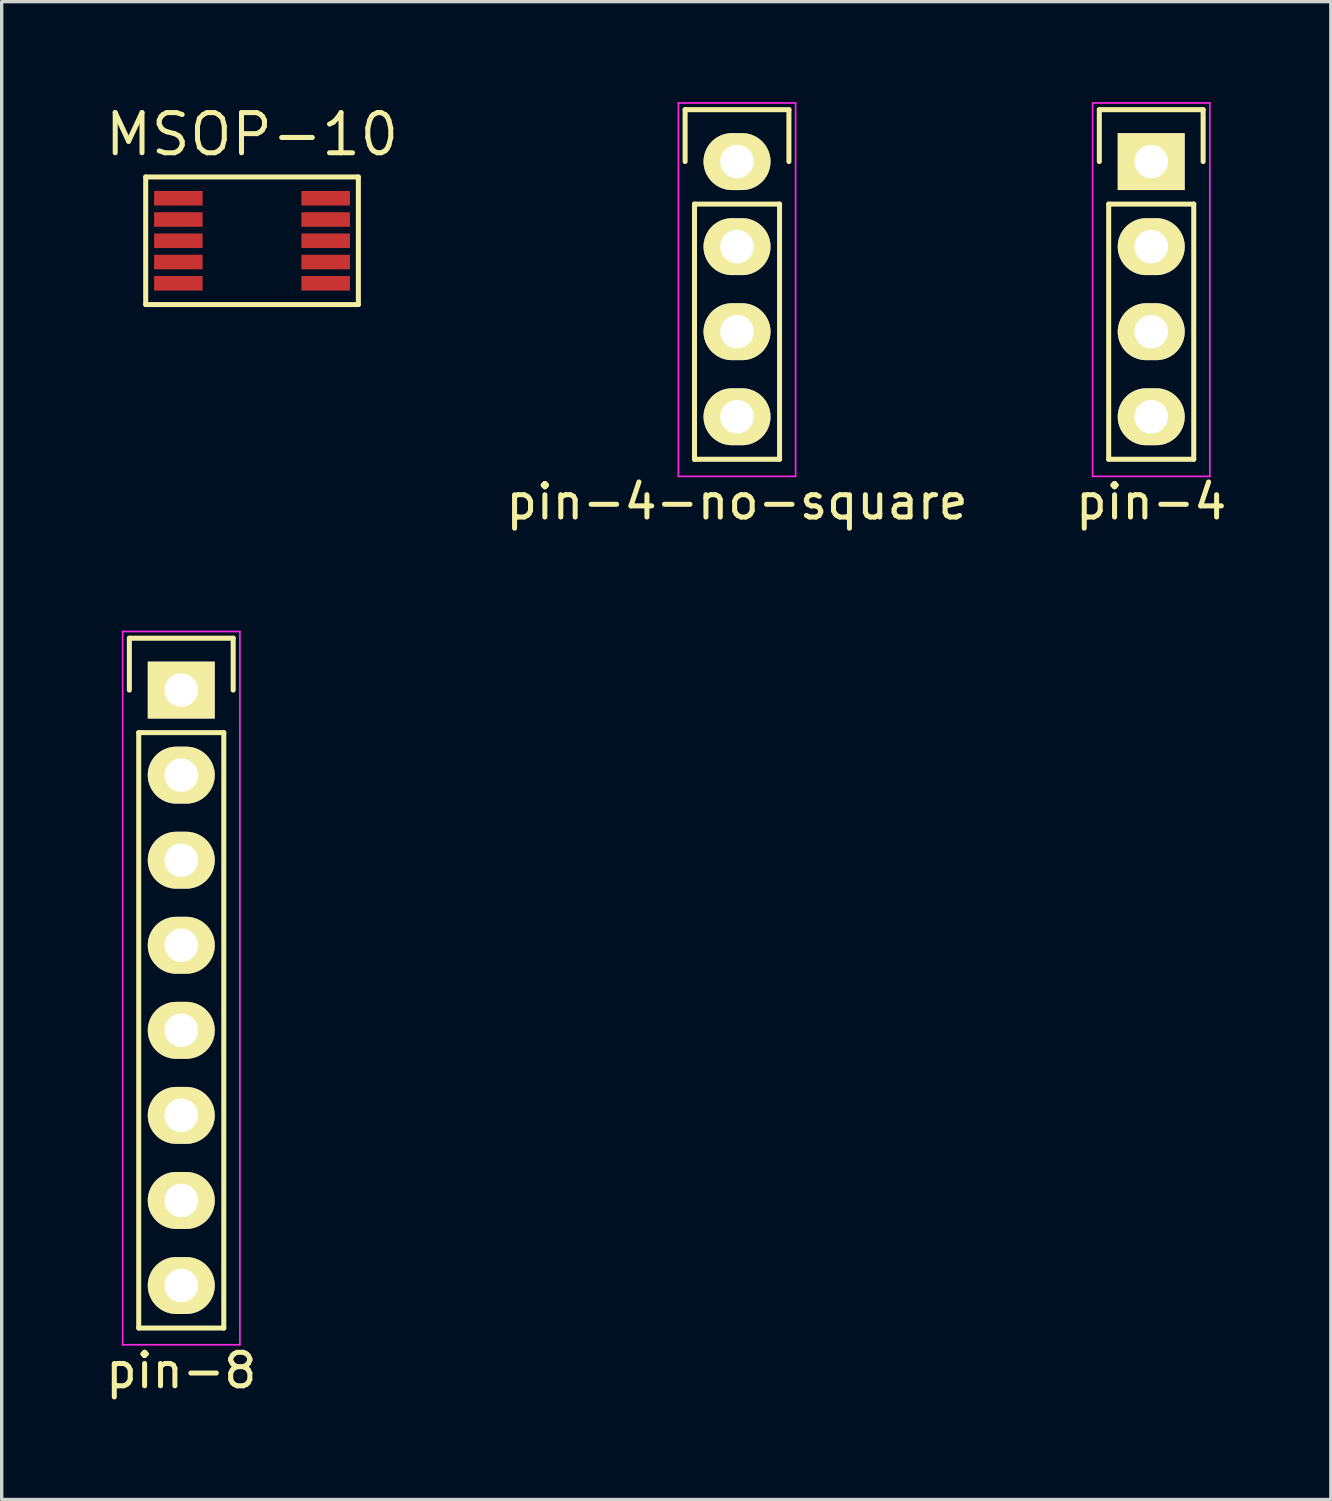
<source format=kicad_pcb>
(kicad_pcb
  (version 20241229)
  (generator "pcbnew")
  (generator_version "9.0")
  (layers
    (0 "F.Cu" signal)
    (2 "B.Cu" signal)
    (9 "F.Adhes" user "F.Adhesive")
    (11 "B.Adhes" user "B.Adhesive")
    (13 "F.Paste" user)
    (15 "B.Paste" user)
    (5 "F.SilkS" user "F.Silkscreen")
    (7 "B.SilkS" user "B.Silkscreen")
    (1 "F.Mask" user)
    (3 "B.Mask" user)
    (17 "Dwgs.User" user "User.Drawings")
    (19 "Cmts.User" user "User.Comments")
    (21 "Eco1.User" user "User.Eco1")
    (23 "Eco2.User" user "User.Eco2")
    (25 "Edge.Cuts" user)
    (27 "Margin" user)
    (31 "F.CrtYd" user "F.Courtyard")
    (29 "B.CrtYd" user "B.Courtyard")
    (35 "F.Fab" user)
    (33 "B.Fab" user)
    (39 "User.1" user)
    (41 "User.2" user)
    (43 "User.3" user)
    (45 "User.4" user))
  (footprint "pin-8"
    (layer "F.Cu")
    (at 2.363 17.558)
    (property "Reference" "pin-8" (at 0 20.32 0) (layer "F.SilkS") (effects (font (size 1 1) (thickness 0.15))))
    (attr through_hole)
    (fp_line (start -1.55 -1.55) (end 1.55 -1.55) (stroke (width 0.15) (type solid)) (layer "F.SilkS"))
    (fp_line (start -1.55 0) (end -1.55 -1.55) (stroke (width 0.15) (type solid)) (layer "F.SilkS"))
    (fp_line (start -1.27 19.05) (end -1.27 1.27) (stroke (width 0.15) (type solid)) (layer "F.SilkS"))
    (fp_line (start 1.27 1.27) (end -1.27 1.27) (stroke (width 0.15) (type solid)) (layer "F.SilkS"))
    (fp_line (start 1.27 1.27) (end 1.27 19.05) (stroke (width 0.15) (type solid)) (layer "F.SilkS"))
    (fp_line (start 1.27 19.05) (end -1.27 19.05) (stroke (width 0.15) (type solid)) (layer "F.SilkS"))
    (fp_line (start 1.55 -1.55) (end 1.55 0) (stroke (width 0.15) (type solid)) (layer "F.SilkS"))
    (fp_line (start -1.75 -1.75) (end -1.75 19.55) (stroke (width 0.05) (type solid)) (layer "F.CrtYd"))
    (fp_line (start -1.75 -1.75) (end 1.75 -1.75) (stroke (width 0.05) (type solid)) (layer "F.CrtYd"))
    (fp_line (start -1.75 19.55) (end 1.75 19.55) (stroke (width 0.05) (type solid)) (layer "F.CrtYd"))
    (fp_line (start 1.75 -1.75) (end 1.75 19.55) (stroke (width 0.05) (type solid)) (layer "F.CrtYd"))
    (pad "1" thru_hole rect (at 0 0) (size 2 1.7) (drill 1) (layers "*.Cu" "*.Mask" "F.SilkS"))
    (pad "2" thru_hole oval (at 0 2.54) (size 2 1.7) (drill 1) (layers "*.Cu" "*.Mask" "F.SilkS"))
    (pad "3" thru_hole oval (at 0 5.08) (size 2 1.7) (drill 1) (layers "*.Cu" "*.Mask" "F.SilkS"))
    (pad "4" thru_hole oval (at 0 7.62) (size 2 1.7) (drill 1) (layers "*.Cu" "*.Mask" "F.SilkS"))
    (pad "5" thru_hole oval (at 0 10.16) (size 2 1.7) (drill 1) (layers "*.Cu" "*.Mask" "F.SilkS"))
    (pad "6" thru_hole oval (at 0 12.7) (size 2 1.7) (drill 1) (layers "*.Cu" "*.Mask" "F.SilkS"))
    (pad "7" thru_hole oval (at 0 15.24) (size 2 1.7) (drill 1) (layers "*.Cu" "*.Mask" "F.SilkS"))
    (pad "8" thru_hole oval (at 0 17.78) (size 2 1.7) (drill 1) (layers "*.Cu" "*.Mask" "F.SilkS")))
  (footprint "MSOP-10"
    (layer "F.Cu")
    (at 4.476 4.14)
    (property "Reference" "MSOP-10" (at 0 -3.175 0) (layer "F.SilkS") (effects (font (size 1.2 1.2) (thickness 0.15))))
    (attr through_hole)
    (fp_line (start -3.175 -1.905) (end -3.175 1.905) (stroke (width 0.15) (type solid)) (layer "F.SilkS"))
    (fp_line (start -3.175 1.905) (end 3.175 1.905) (stroke (width 0.15) (type solid)) (layer "F.SilkS"))
    (fp_line (start 3.175 -1.905) (end -3.175 -1.905) (stroke (width 0.15) (type solid)) (layer "F.SilkS"))
    (fp_line (start 3.175 1.905) (end 3.175 -1.905) (stroke (width 0.15) (type solid)) (layer "F.SilkS"))
    (fp_arc (start 0.635 -1.905) (mid 0 -1.27) (end -0.635 -1.905) (stroke (width 0.15) (type solid)) (layer "B.Paste"))
    (pad "1" smd rect (at -2.2 -1.27 270) (size 0.435 1.45) (layers "F.Cu" "F.Mask" "F.Paste"))
    (pad "2" smd rect (at -2.2 -0.635 270) (size 0.435 1.45) (layers "F.Cu" "F.Mask" "F.Paste"))
    (pad "3" smd rect (at -2.2 0 270) (size 0.435 1.45) (layers "F.Cu" "F.Mask" "F.Paste"))
    (pad "4" smd rect (at -2.2 0.635 270) (size 0.435 1.45) (layers "F.Cu" "F.Mask" "F.Paste"))
    (pad "5" smd rect (at -2.2 1.27 270) (size 0.435 1.45) (layers "F.Cu" "F.Mask" "F.Paste"))
    (pad "6" smd rect (at 2.2 1.27 270) (size 0.435 1.45) (layers "F.Cu" "F.Mask" "F.Paste"))
    (pad "7" smd rect (at 2.2 0.635 270) (size 0.435 1.45) (layers "F.Cu" "F.Mask" "F.Paste"))
    (pad "8" smd rect (at 2.2 0 270) (size 0.435 1.45) (layers "F.Cu" "F.Mask" "F.Paste"))
    (pad "9" smd rect (at 2.2 -0.635 270) (size 0.435 1.45) (layers "F.Cu" "F.Mask" "F.Paste"))
    (pad "10" smd rect (at 2.2 -1.27 270) (size 0.435 1.45) (layers "F.Cu" "F.Mask" "F.Paste")))
  (footprint "pin-4"
    (layer "F.Cu")
    (at 31.328 1.775)
    (property "Reference" "pin-4" (at 0 10.16 0) (layer "F.SilkS") (effects (font (size 1 1) (thickness 0.15))))
    (attr through_hole)
    (fp_line (start -1.55 -1.55) (end 1.55 -1.55) (stroke (width 0.15) (type solid)) (layer "F.SilkS"))
    (fp_line (start -1.55 0) (end -1.55 -1.55) (stroke (width 0.15) (type solid)) (layer "F.SilkS"))
    (fp_line (start -1.27 1.27) (end -1.27 8.89) (stroke (width 0.15) (type solid)) (layer "F.SilkS"))
    (fp_line (start -1.27 8.89) (end 1.27 8.89) (stroke (width 0.15) (type solid)) (layer "F.SilkS"))
    (fp_line (start 1.27 1.27) (end -1.27 1.27) (stroke (width 0.15) (type solid)) (layer "F.SilkS"))
    (fp_line (start 1.27 1.27) (end 1.27 8.89) (stroke (width 0.15) (type solid)) (layer "F.SilkS"))
    (fp_line (start 1.55 -1.55) (end 1.55 0) (stroke (width 0.15) (type solid)) (layer "F.SilkS"))
    (fp_line (start -1.75 -1.75) (end -1.75 9.4) (stroke (width 0.05) (type solid)) (layer "F.CrtYd"))
    (fp_line (start -1.75 -1.75) (end 1.75 -1.75) (stroke (width 0.05) (type solid)) (layer "F.CrtYd"))
    (fp_line (start -1.75 9.4) (end 1.75 9.4) (stroke (width 0.05) (type solid)) (layer "F.CrtYd"))
    (fp_line (start 1.75 -1.75) (end 1.75 9.4) (stroke (width 0.05) (type solid)) (layer "F.CrtYd"))
    (pad "1" thru_hole rect (at 0 0) (size 2 1.7) (drill 1) (layers "*.Cu" "*.Mask" "F.SilkS"))
    (pad "2" thru_hole oval (at 0 2.54) (size 2 1.7) (drill 1) (layers "*.Cu" "*.Mask" "F.SilkS"))
    (pad "3" thru_hole oval (at 0 5.08) (size 2 1.7) (drill 1) (layers "*.Cu" "*.Mask" "F.SilkS"))
    (pad "4" thru_hole oval (at 0 7.62) (size 2 1.7) (drill 1) (layers "*.Cu" "*.Mask" "F.SilkS")))
  (footprint "pin-4-no-square"
    (layer "F.Cu")
    (at 18.959 1.775)
    (property "Reference" "pin-4-no-square" (at 0 10.16 0) (layer "F.SilkS") (effects (font (size 1 1) (thickness 0.15))))
    (attr through_hole)
    (fp_line (start -1.55 -1.55) (end 1.55 -1.55) (stroke (width 0.15) (type solid)) (layer "F.SilkS"))
    (fp_line (start -1.55 0) (end -1.55 -1.55) (stroke (width 0.15) (type solid)) (layer "F.SilkS"))
    (fp_line (start -1.27 1.27) (end -1.27 8.89) (stroke (width 0.15) (type solid)) (layer "F.SilkS"))
    (fp_line (start -1.27 8.89) (end 1.27 8.89) (stroke (width 0.15) (type solid)) (layer "F.SilkS"))
    (fp_line (start 1.27 1.27) (end -1.27 1.27) (stroke (width 0.15) (type solid)) (layer "F.SilkS"))
    (fp_line (start 1.27 1.27) (end 1.27 8.89) (stroke (width 0.15) (type solid)) (layer "F.SilkS"))
    (fp_line (start 1.55 -1.55) (end 1.55 0) (stroke (width 0.15) (type solid)) (layer "F.SilkS"))
    (fp_line (start -1.75 -1.75) (end -1.75 9.4) (stroke (width 0.05) (type solid)) (layer "F.CrtYd"))
    (fp_line (start -1.75 -1.75) (end 1.75 -1.75) (stroke (width 0.05) (type solid)) (layer "F.CrtYd"))
    (fp_line (start -1.75 9.4) (end 1.75 9.4) (stroke (width 0.05) (type solid)) (layer "F.CrtYd"))
    (fp_line (start 1.75 -1.75) (end 1.75 9.4) (stroke (width 0.05) (type solid)) (layer "F.CrtYd"))
    (pad "1" thru_hole oval (at 0 0) (size 2 1.7) (drill 1) (layers "*.Cu" "*.Mask" "F.SilkS"))
    (pad "2" thru_hole oval (at 0 2.54) (size 2 1.7) (drill 1) (layers "*.Cu" "*.Mask" "F.SilkS"))
    (pad "3" thru_hole oval (at 0 5.08) (size 2 1.7) (drill 1) (layers "*.Cu" "*.Mask" "F.SilkS"))
    (pad "4" thru_hole oval (at 0 7.62) (size 2 1.7) (drill 1) (layers "*.Cu" "*.Mask" "F.SilkS")))
  (gr_rect
    (start -3 -3)
    (end 36.691 41.727)
    (stroke (width 0.1) (type default))
    (fill no)
    (layer "Edge.Cuts")))
</source>
